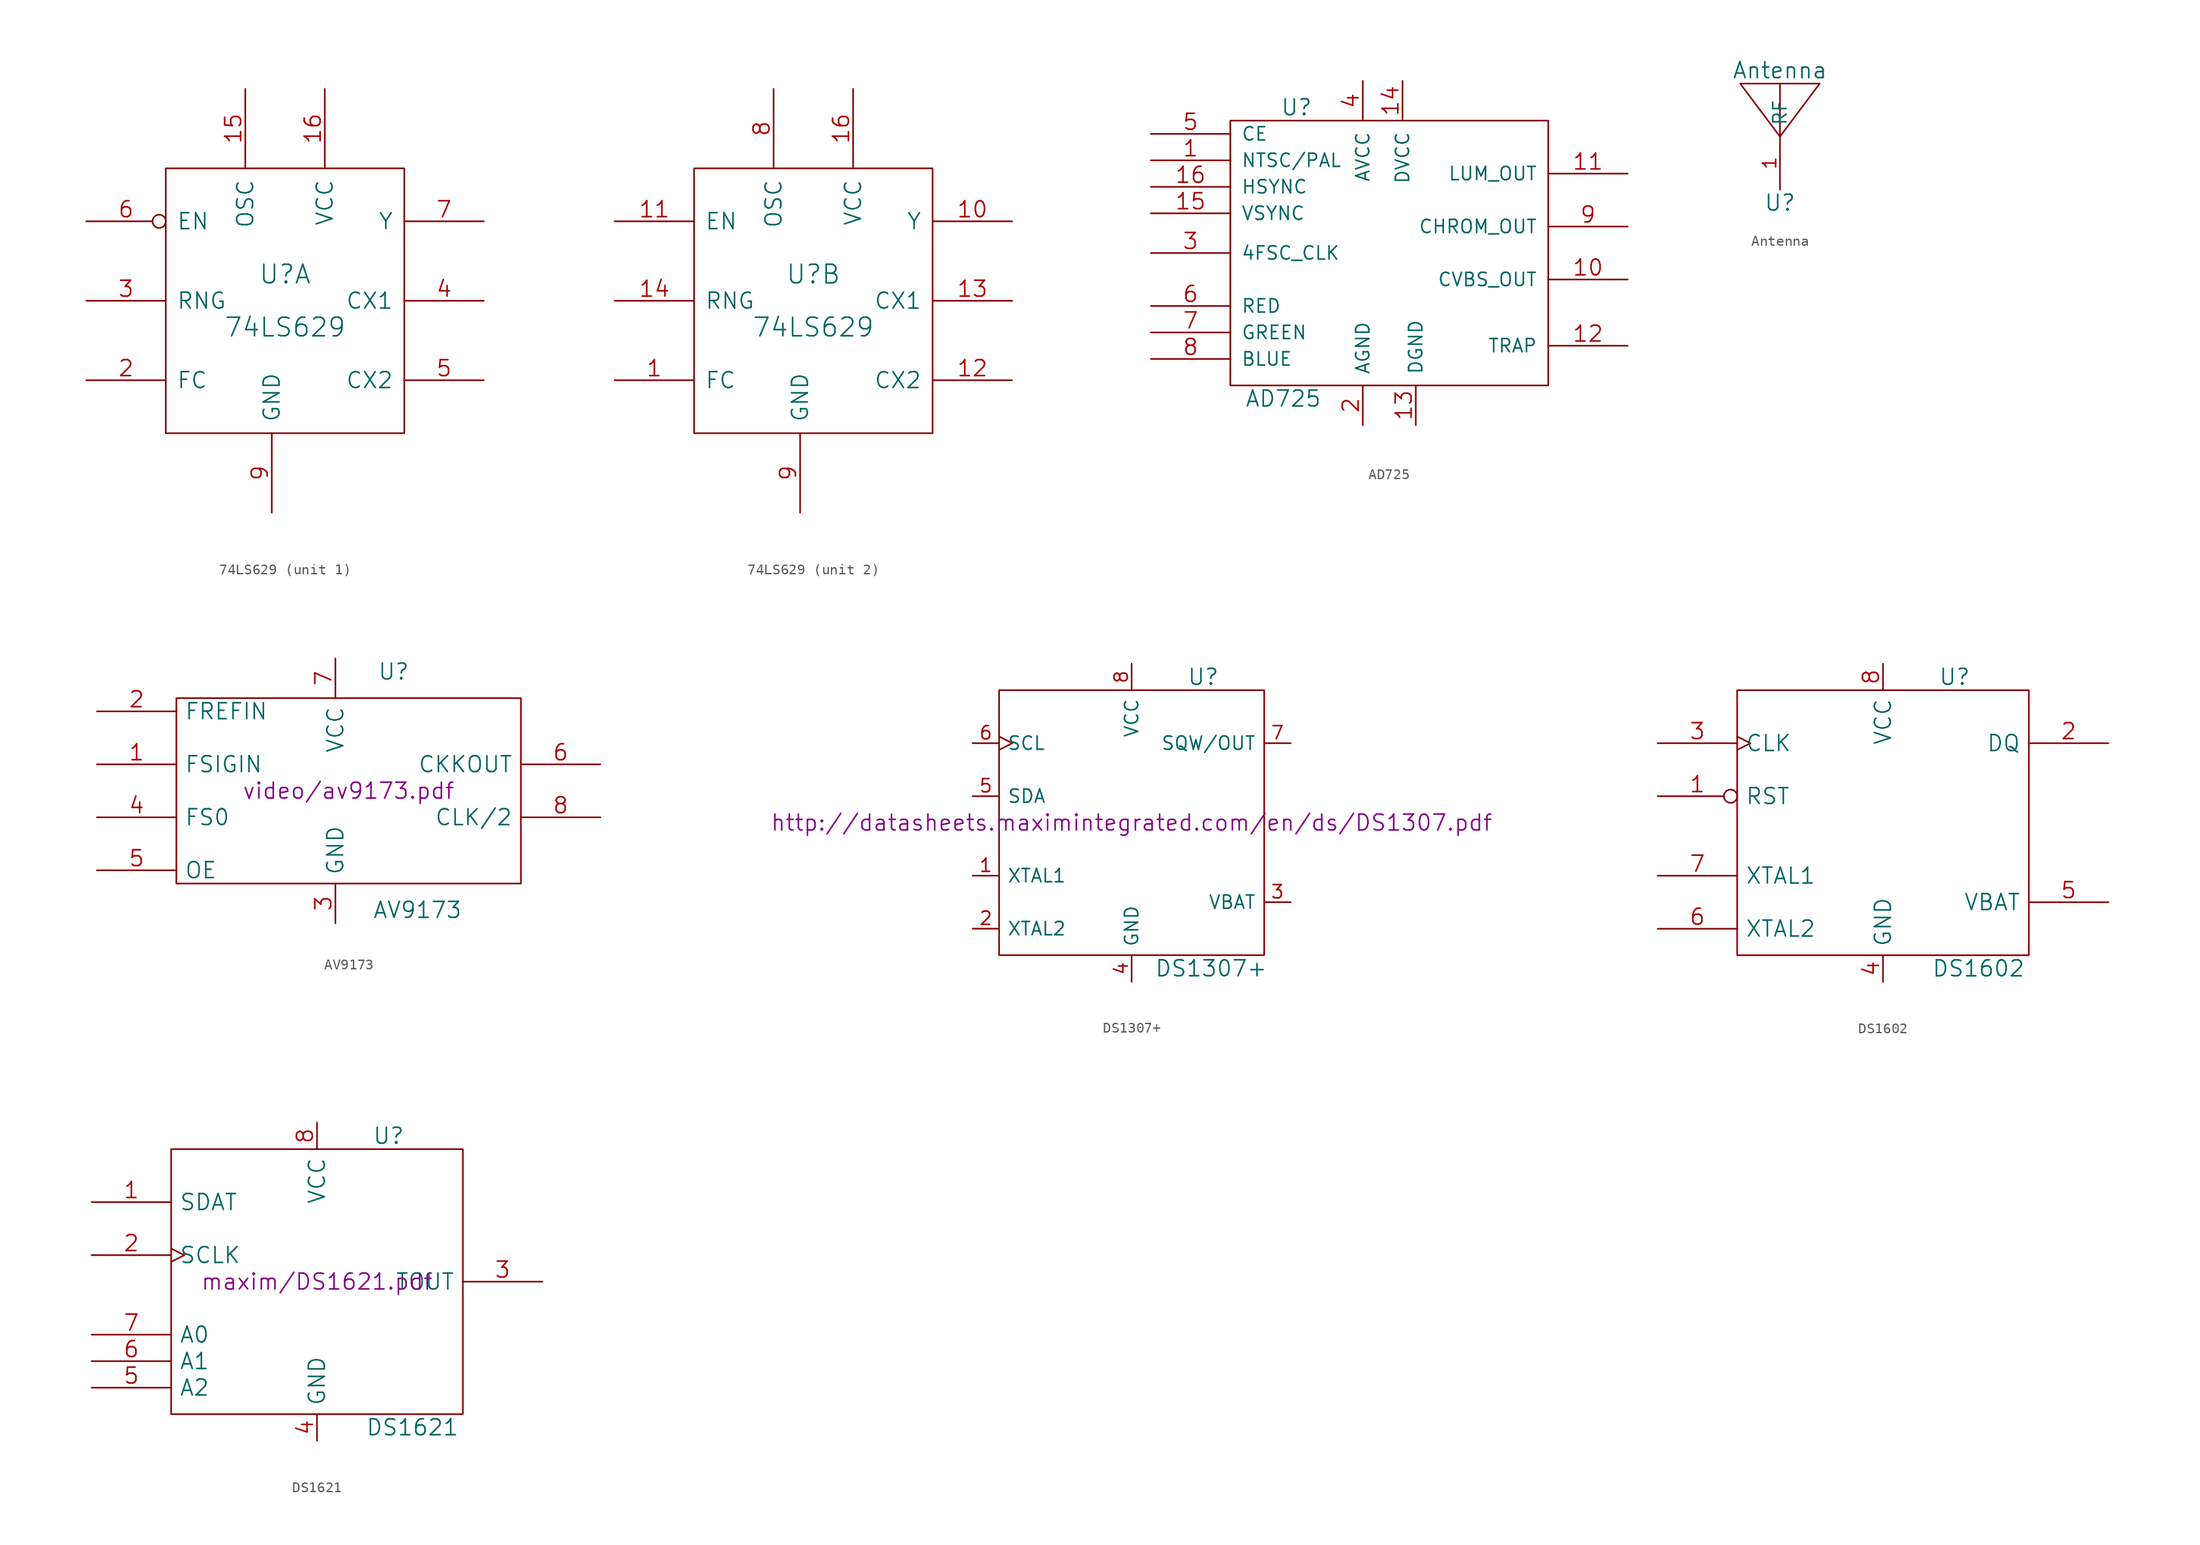
<source format=kicad_sym>
(kicad_symbol_lib
  (version 20211014)
  (generator kicad_symbol_editor)
  (symbol "74LS629"
    (pin_names
      (offset 1.016))
    (property "Reference" "U"
      (at 0 2.54 0)
      (effects (font (size 1.778 1.778))))
    (property "Value" "74LS629"
      (at 0 -2.54 0)
      (effects (font (size 1.778 1.778))))
    (property "Footprint" ""
      (at 0 0 0)
      (effects (font (size 1.524 1.524))))
    (property "Datasheet" ""
      (at 0 0 0)
      (effects (font (size 1.524 1.524))))
    (symbol "74LS629_0_1"
      (rectangle (start -11.43 -12.7) (end 11.43 12.7) (stroke (width 0) (type default) (color 0 0 0 0)) (fill (type none))))
    (symbol "74LS629_1_1"
      (pin passive line (at -3.81 20.32 270) (length 7.62) (name "OSC" (effects (font (size 1.524 1.524)))) (number "15" (effects (font (size 1.524 1.524)))))
      (pin passive line (at 3.81 20.32 270) (length 7.62) (name "VCC" (effects (font (size 1.524 1.524)))) (number "16" (effects (font (size 1.524 1.524)))))
      (pin input line (at -19.05 -7.62 0) (length 7.62) (name "FC" (effects (font (size 1.524 1.524)))) (number "2" (effects (font (size 1.524 1.524)))))
      (pin input line (at -19.05 0 0) (length 7.62) (name "RNG" (effects (font (size 1.524 1.524)))) (number "3" (effects (font (size 1.524 1.524)))))
      (pin passive line (at 19.05 0 180) (length 7.62) (name "CX1" (effects (font (size 1.524 1.524)))) (number "4" (effects (font (size 1.524 1.524)))))
      (pin passive line (at 19.05 -7.62 180) (length 7.62) (name "CX2" (effects (font (size 1.524 1.524)))) (number "5" (effects (font (size 1.524 1.524)))))
      (pin input inverted (at -19.05 7.62 0) (length 7.62) (name "EN" (effects (font (size 1.524 1.524)))) (number "6" (effects (font (size 1.524 1.524)))))
      (pin output line (at 19.05 7.62 180) (length 7.62) (name "Y" (effects (font (size 1.524 1.524)))) (number "7" (effects (font (size 1.524 1.524)))))
      (pin passive line (at -1.27 -20.32 90) (length 7.62) (name "GND" (effects (font (size 1.524 1.524)))) (number "9" (effects (font (size 1.524 1.524))))))
    (symbol "74LS629_2_1"
      (pin input line (at -19.05 -7.62 0) (length 7.62) (name "FC" (effects (font (size 1.524 1.524)))) (number "1" (effects (font (size 1.524 1.524)))))
      (pin output line (at 19.05 7.62 180) (length 7.62) (name "Y" (effects (font (size 1.524 1.524)))) (number "10" (effects (font (size 1.524 1.524)))))
      (pin input line (at -19.05 7.62 0) (length 7.62) (name "EN" (effects (font (size 1.524 1.524)))) (number "11" (effects (font (size 1.524 1.524)))))
      (pin passive line (at 19.05 -7.62 180) (length 7.62) (name "CX2" (effects (font (size 1.524 1.524)))) (number "12" (effects (font (size 1.524 1.524)))))
      (pin passive line (at 19.05 0 180) (length 7.62) (name "CX1" (effects (font (size 1.524 1.524)))) (number "13" (effects (font (size 1.524 1.524)))))
      (pin input line (at -19.05 0 0) (length 7.62) (name "RNG" (effects (font (size 1.524 1.524)))) (number "14" (effects (font (size 1.524 1.524)))))
      (pin passive line (at 3.81 20.32 270) (length 7.62) (name "VCC" (effects (font (size 1.524 1.524)))) (number "16" (effects (font (size 1.524 1.524)))))
      (pin passive line (at -3.81 20.32 270) (length 7.62) (name "OSC" (effects (font (size 1.524 1.524)))) (number "8" (effects (font (size 1.524 1.524)))))
      (pin passive line (at -1.27 -20.32 90) (length 7.62) (name "GND" (effects (font (size 1.524 1.524)))) (number "9" (effects (font (size 1.524 1.524)))))))
  (symbol "AD725"
    (pin_names
      (offset 1.016))
    (property "Reference" "U"
      (at -8.89 13.97 0)
      (effects (font (size 1.524 1.524))))
    (property "Value" "AD725"
      (at -10.16 -13.97 0)
      (effects (font (size 1.524 1.524))))
    (property "Footprint" ""
      (at 0 0 0)
      (effects (font (size 1.524 1.524))))
    (property "Datasheet" ""
      (at 0 0 0)
      (effects (font (size 1.524 1.524))))
    (symbol "AD725_0_1"
      (rectangle (start -15.24 12.7) (end 15.24 -12.7) (stroke (width 0) (type default) (color 0 0 0 0)) (fill (type none))))
    (symbol "AD725_1_1"
      (pin input line (at -22.86 8.89 0) (length 7.62) (name "NTSC/PAL" (effects (font (size 1.27 1.27)))) (number "1" (effects (font (size 1.524 1.524)))))
      (pin output line (at 22.86 -2.54 180) (length 7.62) (name "CVBS_OUT" (effects (font (size 1.27 1.27)))) (number "10" (effects (font (size 1.524 1.524)))))
      (pin output line (at 22.86 7.62 180) (length 7.62) (name "LUM_OUT" (effects (font (size 1.27 1.27)))) (number "11" (effects (font (size 1.524 1.524)))))
      (pin input line (at 22.86 -8.89 180) (length 7.62) (name "TRAP" (effects (font (size 1.27 1.27)))) (number "12" (effects (font (size 1.524 1.524)))))
      (pin power_in line (at 2.54 -16.51 90) (length 3.81) (name "DGND" (effects (font (size 1.27 1.27)))) (number "13" (effects (font (size 1.524 1.524)))))
      (pin power_in line (at 1.27 16.51 270) (length 3.81) (name "DVCC" (effects (font (size 1.27 1.27)))) (number "14" (effects (font (size 1.524 1.524)))))
      (pin input line (at -22.86 3.81 0) (length 7.62) (name "VSYNC" (effects (font (size 1.27 1.27)))) (number "15" (effects (font (size 1.524 1.524)))))
      (pin input line (at -22.86 6.35 0) (length 7.62) (name "HSYNC" (effects (font (size 1.27 1.27)))) (number "16" (effects (font (size 1.524 1.524)))))
      (pin power_in line (at -2.54 -16.51 90) (length 3.81) (name "AGND" (effects (font (size 1.27 1.27)))) (number "2" (effects (font (size 1.524 1.524)))))
      (pin input line (at -22.86 0 0) (length 7.62) (name "4FSC_CLK" (effects (font (size 1.27 1.27)))) (number "3" (effects (font (size 1.524 1.524)))))
      (pin power_in line (at -2.54 16.51 270) (length 3.81) (name "AVCC" (effects (font (size 1.27 1.27)))) (number "4" (effects (font (size 1.524 1.524)))))
      (pin power_in line (at -22.86 11.43 0) (length 7.62) (name "CE" (effects (font (size 1.27 1.27)))) (number "5" (effects (font (size 1.524 1.524)))))
      (pin input line (at -22.86 -5.08 0) (length 7.62) (name "RED" (effects (font (size 1.27 1.27)))) (number "6" (effects (font (size 1.524 1.524)))))
      (pin input line (at -22.86 -7.62 0) (length 7.62) (name "GREEN" (effects (font (size 1.27 1.27)))) (number "7" (effects (font (size 1.524 1.524)))))
      (pin input line (at -22.86 -10.16 0) (length 7.62) (name "BLUE" (effects (font (size 1.27 1.27)))) (number "8" (effects (font (size 1.524 1.524)))))
      (pin output line (at 22.86 2.54 180) (length 7.62) (name "CHROM_OUT" (effects (font (size 1.27 1.27)))) (number "9" (effects (font (size 1.524 1.524)))))))
  (symbol "Antenna"
    (pin_names
      (offset 1.016))
    (property "Reference" "U"
      (at 0 -6.35 0)
      (effects (font (size 1.524 1.524))))
    (property "Value" "Antenna"
      (at 0 6.35 0)
      (effects (font (size 1.524 1.524))))
    (symbol "Antenna_0_1"
      (polyline (pts (xy 0 5.08) (xy 0 0)) (stroke (width 0) (type default) (color 0 0 0 0)) (fill (type none)))
      (polyline (pts (xy 0 0) (xy -3.81 5.08) (xy 3.81 5.08) (xy 0 0)) (stroke (width 0) (type default) (color 0 0 0 0)) (fill (type none))))
    (symbol "Antenna_1_1"
      (pin input line (at 0 -5.08 90) (length 5.08) (name "RF" (effects (font (size 1.27 1.27)))) (number "1" (effects (font (size 1.27 1.27)))))))
  (symbol "AV9173"
    (pin_names
      (offset 0.762))
    (property "Reference" "U"
      (at 4.318 11.43 0)
      (effects (font (size 1.524 1.524))))
    (property "Value" "AV9173"
      (at 6.604 -11.43 0)
      (effects (font (size 1.524 1.524))))
    (property "Footprint" ""
      (at 0 0 0)
      (effects (font (size 1.524 1.524))))
    (property "Datasheet" "video/av9173.pdf"
      (at 0 0 0)
      (effects (font (size 1.524 1.524))))
    (symbol "AV9173_0_1"
      (rectangle (start -16.51 8.89) (end 16.51 -8.89) (stroke (width 0) (type default) (color 0 0 0 0)) (fill (type none))))
    (symbol "AV9173_1_1"
      (pin input line (at -24.13 2.54 0) (length 7.62) (name "FSIGIN" (effects (font (size 1.524 1.524)))) (number "1" (effects (font (size 1.524 1.524)))))
      (pin input line (at -24.13 7.62 0) (length 7.62) (name "FREFIN" (effects (font (size 1.524 1.524)))) (number "2" (effects (font (size 1.524 1.524)))))
      (pin input line (at -1.27 -12.7 90) (length 3.81) (name "GND" (effects (font (size 1.524 1.524)))) (number "3" (effects (font (size 1.524 1.524)))))
      (pin input line (at -24.13 -2.54 0) (length 7.62) (name "FS0" (effects (font (size 1.524 1.524)))) (number "4" (effects (font (size 1.524 1.524)))))
      (pin input line (at -24.13 -7.62 0) (length 7.62) (name "OE" (effects (font (size 1.524 1.524)))) (number "5" (effects (font (size 1.524 1.524)))))
      (pin tri_state line (at 24.13 2.54 180) (length 7.62) (name "CKKOUT" (effects (font (size 1.524 1.524)))) (number "6" (effects (font (size 1.524 1.524)))))
      (pin input line (at -1.27 12.7 270) (length 3.81) (name "VCC" (effects (font (size 1.524 1.524)))) (number "7" (effects (font (size 1.524 1.524)))))
      (pin tri_state line (at 24.13 -2.54 180) (length 7.62) (name "CLK/2" (effects (font (size 1.524 1.524)))) (number "8" (effects (font (size 1.524 1.524)))))))
  (symbol "DS1307+"
    (pin_names
      (offset 0.762))
    (property "Reference" "U"
      (at 6.858 13.97 0)
      (effects (font (size 1.524 1.524))))
    (property "Value" "DS1307+"
      (at 7.62 -13.97 0)
      (effects (font (size 1.524 1.524))))
    (property "Footprint" ""
      (at 0 0 0)
      (effects (font (size 1.524 1.524))))
    (property "Datasheet" "http://datasheets.maximintegrated.com/en/ds/DS1307.pdf"
      (at 0 0 0)
      (effects (font (size 1.524 1.524))))
    (symbol "DS1307+_0_1"
      (rectangle (start -12.7 12.7) (end 12.7 -12.7) (stroke (width 0) (type default) (color 0 0 0 0)) (fill (type none))))
    (symbol "DS1307+_1_1"
      (pin input line (at -15.24 -5.08 0) (length 2.54) (name "XTAL1" (effects (font (size 1.27 1.27)))) (number "1" (effects (font (size 1.27 1.27)))))
      (pin output line (at -15.24 -10.16 0) (length 2.54) (name "XTAL2" (effects (font (size 1.27 1.27)))) (number "2" (effects (font (size 1.27 1.27)))))
      (pin input line (at 15.24 -7.62 180) (length 2.54) (name "VBAT" (effects (font (size 1.27 1.27)))) (number "3" (effects (font (size 1.27 1.27)))))
      (pin power_in line (at 0 -15.24 90) (length 2.54) (name "GND" (effects (font (size 1.27 1.27)))) (number "4" (effects (font (size 1.27 1.27)))))
      (pin bidirectional line (at -15.24 2.54 0) (length 2.54) (name "SDA" (effects (font (size 1.27 1.27)))) (number "5" (effects (font (size 1.27 1.27)))))
      (pin input clock (at -15.24 7.62 0) (length 2.54) (name "SCL" (effects (font (size 1.27 1.27)))) (number "6" (effects (font (size 1.27 1.27)))))
      (pin output line (at 15.24 7.62 180) (length 2.54) (name "SQW/OUT" (effects (font (size 1.27 1.27)))) (number "7" (effects (font (size 1.27 1.27)))))
      (pin power_in line (at 0 15.24 270) (length 2.54) (name "VCC" (effects (font (size 1.27 1.27)))) (number "8" (effects (font (size 1.27 1.27)))))))
  (symbol "DS1602"
    (pin_names
      (offset 0.762))
    (property "Reference" "U"
      (at 6.858 13.97 0)
      (effects (font (size 1.524 1.524))))
    (property "Value" "DS1602"
      (at 9.144 -13.97 0)
      (effects (font (size 1.524 1.524))))
    (property "Footprint" ""
      (at 0 0 0)
      (effects (font (size 1.524 1.524))))
    (property "Datasheet" ""
      (at 0 0 0)
      (effects (font (size 1.524 1.524))))
    (symbol "DS1602_0_1"
      (rectangle (start -13.97 -12.7) (end 13.97 12.7) (stroke (width 0) (type default) (color 0 0 0 0)) (fill (type none))))
    (symbol "DS1602_1_1"
      (pin input inverted (at -21.59 2.54 0) (length 7.62) (name "RST" (effects (font (size 1.524 1.524)))) (number "1" (effects (font (size 1.524 1.524)))))
      (pin bidirectional line (at 21.59 7.62 180) (length 7.62) (name "DQ" (effects (font (size 1.524 1.524)))) (number "2" (effects (font (size 1.524 1.524)))))
      (pin input clock (at -21.59 7.62 0) (length 7.62) (name "CLK" (effects (font (size 1.524 1.524)))) (number "3" (effects (font (size 1.524 1.524)))))
      (pin power_in line (at 0 -15.24 90) (length 2.54) (name "GND" (effects (font (size 1.524 1.524)))) (number "4" (effects (font (size 1.524 1.524)))))
      (pin input line (at 21.59 -7.62 180) (length 7.62) (name "VBAT" (effects (font (size 1.524 1.524)))) (number "5" (effects (font (size 1.524 1.524)))))
      (pin input line (at -21.59 -10.16 0) (length 7.62) (name "XTAL2" (effects (font (size 1.524 1.524)))) (number "6" (effects (font (size 1.524 1.524)))))
      (pin input line (at -21.59 -5.08 0) (length 7.62) (name "XTAL1" (effects (font (size 1.524 1.524)))) (number "7" (effects (font (size 1.524 1.524)))))
      (pin power_in line (at 0 15.24 270) (length 2.54) (name "VCC" (effects (font (size 1.524 1.524)))) (number "8" (effects (font (size 1.524 1.524)))))))
  (symbol "DS1621"
    (pin_names
      (offset 0.762))
    (property "Reference" "U"
      (at 6.858 13.97 0)
      (effects (font (size 1.524 1.524))))
    (property "Value" "DS1621"
      (at 9.144 -13.97 0)
      (effects (font (size 1.524 1.524))))
    (property "Footprint" ""
      (at 0 0 0)
      (effects (font (size 1.524 1.524))))
    (property "Datasheet" "maxim/DS1621.pdf"
      (at 0 0 0)
      (effects (font (size 1.524 1.524))))
    (symbol "DS1621_0_1"
      (rectangle (start -13.97 -12.7) (end 13.97 12.7) (stroke (width 0) (type default) (color 0 0 0 0)) (fill (type none))))
    (symbol "DS1621_1_1"
      (pin bidirectional line (at -21.59 7.62 0) (length 7.62) (name "SDAT" (effects (font (size 1.524 1.524)))) (number "1" (effects (font (size 1.524 1.524)))))
      (pin input clock (at -21.59 2.54 0) (length 7.62) (name "SCLK" (effects (font (size 1.524 1.524)))) (number "2" (effects (font (size 1.524 1.524)))))
      (pin output line (at 21.59 0 180) (length 7.62) (name "TOUT" (effects (font (size 1.524 1.524)))) (number "3" (effects (font (size 1.524 1.524)))))
      (pin power_in line (at 0 -15.24 90) (length 2.54) (name "GND" (effects (font (size 1.524 1.524)))) (number "4" (effects (font (size 1.524 1.524)))))
      (pin input line (at -21.59 -10.16 0) (length 7.62) (name "A2" (effects (font (size 1.524 1.524)))) (number "5" (effects (font (size 1.524 1.524)))))
      (pin input line (at -21.59 -7.62 0) (length 7.62) (name "A1" (effects (font (size 1.524 1.524)))) (number "6" (effects (font (size 1.524 1.524)))))
      (pin input line (at -21.59 -5.08 0) (length 7.62) (name "A0" (effects (font (size 1.524 1.524)))) (number "7" (effects (font (size 1.524 1.524)))))
      (pin power_in line (at 0 15.24 270) (length 2.54) (name "VCC" (effects (font (size 1.524 1.524)))) (number "8" (effects (font (size 1.524 1.524))))))))
</source>
